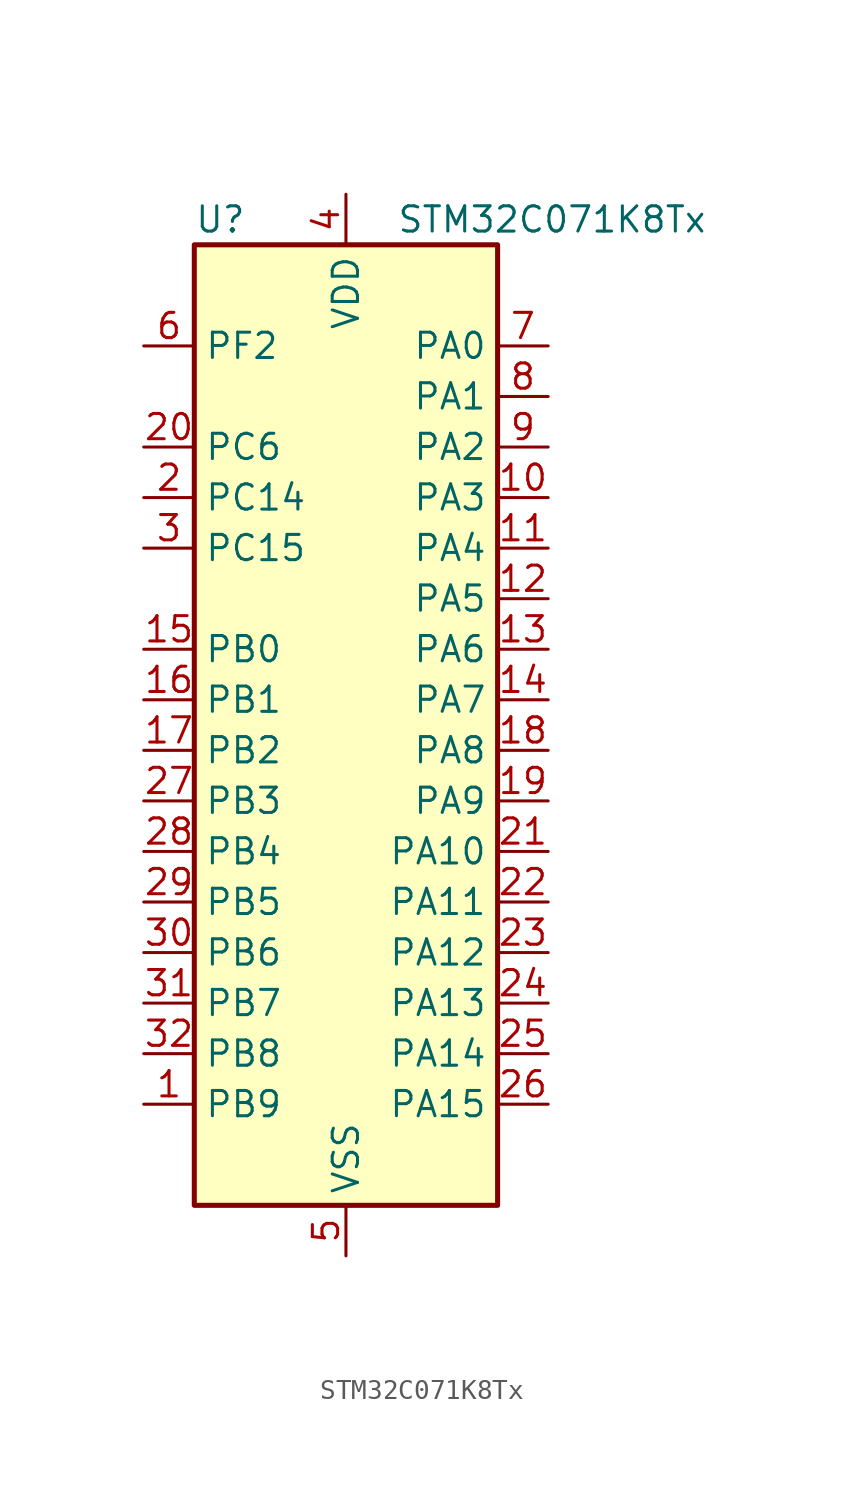
<source format=kicad_sym>
(kicad_symbol_lib
  (version 20241209)
  (generator "kicad_symbol_editor")
  (generator_version "9.0")
  (symbol "STM32C071K8Tx"
    (property "Reference" "U"
      (at -7.62 26.67 0)
      (effects (font (size 1.27 1.27)) (justify left)))
    (property "Value" "STM32C071K8Tx"
      (at 2.54 26.67 0)
      (effects (font (size 1.27 1.27)) (justify left)))
    (symbol "STM32C071K8Tx_0_1"
      (rectangle (start -7.62 -22.86) (end 7.62 25.4) (stroke (width 0.254) (type default)) (fill (type background))))
    (symbol "STM32C071K8Tx_1_1"
      (pin bidirectional line (at -10.16 20.32 0) (length 2.54) (name "PF2" (effects (font (size 1.27 1.27)))) (number "6" (effects (font (size 1.27 1.27)))) (alternate "RCC_MCO" bidirectional line) (alternate "TIM1_CH4" bidirectional line))
      (pin bidirectional line (at -10.16 15.24 0) (length 2.54) (name "PC6" (effects (font (size 1.27 1.27)))) (number "20" (effects (font (size 1.27 1.27)))) (alternate "TIM2_CH3" bidirectional line) (alternate "TIM3_CH1" bidirectional line))
      (pin bidirectional line (at -10.16 12.7 0) (length 2.54) (name "PC14" (effects (font (size 1.27 1.27)))) (number "2" (effects (font (size 1.27 1.27)))) (alternate "I2C1_SDA" bidirectional line) (alternate "IR_OUT" bidirectional line) (alternate "RCC_OSCX_IN" bidirectional line) (alternate "SPI2_NSS" bidirectional line) (alternate "TIM17_CH1" bidirectional line) (alternate "TIM1_BKIN2" bidirectional line) (alternate "TIM1_ETR" bidirectional line) (alternate "TIM3_CH2" bidirectional line) (alternate "USART1_TX" bidirectional line) (alternate "USART2_CK" bidirectional line) (alternate "USART2_DE" bidirectional line) (alternate "USART2_RTS" bidirectional line))
      (pin bidirectional line (at -10.16 10.16 0) (length 2.54) (name "PC15" (effects (font (size 1.27 1.27)))) (number "3" (effects (font (size 1.27 1.27)))) (alternate "RCC_OSC32_EN" bidirectional line) (alternate "RCC_OSCX_OUT" bidirectional line) (alternate "RCC_OSC_EN" bidirectional line) (alternate "TIM1_ETR" bidirectional line) (alternate "TIM3_CH3" bidirectional line))
      (pin bidirectional line (at -10.16 5.08 0) (length 2.54) (name "PB0" (effects (font (size 1.27 1.27)))) (number "15" (effects (font (size 1.27 1.27)))) (alternate "ADC1_IN17" bidirectional line) (alternate "I2S1_WS" bidirectional line) (alternate "SPI1_NSS" bidirectional line) (alternate "TIM1_CH2N" bidirectional line) (alternate "TIM3_CH3" bidirectional line))
      (pin bidirectional line (at -10.16 2.54 0) (length 2.54) (name "PB1" (effects (font (size 1.27 1.27)))) (number "16" (effects (font (size 1.27 1.27)))) (alternate "ADC1_IN18" bidirectional line) (alternate "TIM14_CH1" bidirectional line) (alternate "TIM1_CH2N" bidirectional line) (alternate "TIM1_CH3N" bidirectional line) (alternate "TIM3_CH4" bidirectional line))
      (pin bidirectional line (at -10.16 0 0) (length 2.54) (name "PB2" (effects (font (size 1.27 1.27)))) (number "17" (effects (font (size 1.27 1.27)))) (alternate "ADC1_IN19" bidirectional line) (alternate "RCC_MCO2" bidirectional line) (alternate "SPI2_MISO" bidirectional line) (alternate "USART1_RX" bidirectional line))
      (pin bidirectional line (at -10.16 -2.54 0) (length 2.54) (name "PB3" (effects (font (size 1.27 1.27)))) (number "27" (effects (font (size 1.27 1.27)))) (alternate "I2C2_SCL" bidirectional line) (alternate "I2S1_CK" bidirectional line) (alternate "SPI1_SCK" bidirectional line) (alternate "TIM1_CH2" bidirectional line) (alternate "TIM2_CH2" bidirectional line) (alternate "TIM3_CH2" bidirectional line) (alternate "USART1_CK" bidirectional line) (alternate "USART1_DE" bidirectional line) (alternate "USART1_RTS" bidirectional line))
      (pin bidirectional line (at -10.16 -5.08 0) (length 2.54) (name "PB4" (effects (font (size 1.27 1.27)))) (number "28" (effects (font (size 1.27 1.27)))) (alternate "I2C2_SDA" bidirectional line) (alternate "I2S1_MCK" bidirectional line) (alternate "SPI1_MISO" bidirectional line) (alternate "TIM17_BKIN" bidirectional line) (alternate "TIM3_CH1" bidirectional line) (alternate "USART1_CTS" bidirectional line) (alternate "USART1_NSS" bidirectional line))
      (pin bidirectional line (at -10.16 -7.62 0) (length 2.54) (name "PB5" (effects (font (size 1.27 1.27)))) (number "29" (effects (font (size 1.27 1.27)))) (alternate "I2C1_SMBA" bidirectional line) (alternate "I2S1_SD" bidirectional line) (alternate "PWR_WKUP6" bidirectional line) (alternate "SPI1_MOSI" bidirectional line) (alternate "TIM16_BKIN" bidirectional line) (alternate "TIM3_CH2" bidirectional line) (alternate "TIM3_CH3" bidirectional line))
      (pin bidirectional line (at -10.16 -10.16 0) (length 2.54) (name "PB6" (effects (font (size 1.27 1.27)))) (number "30" (effects (font (size 1.27 1.27)))) (alternate "I2C1_SCL" bidirectional line) (alternate "I2C1_SMBA" bidirectional line) (alternate "I2S1_CK" bidirectional line) (alternate "I2S1_MCK" bidirectional line) (alternate "I2S1_SD" bidirectional line) (alternate "PWR_WKUP3" bidirectional line) (alternate "SPI1_MISO" bidirectional line) (alternate "SPI1_MOSI" bidirectional line) (alternate "SPI1_SCK" bidirectional line) (alternate "SPI2_MISO" bidirectional line) (alternate "TIM16_BKIN" bidirectional line) (alternate "TIM16_CH1N" bidirectional line) (alternate "TIM17_BKIN" bidirectional line) (alternate "TIM1_CH2" bidirectional line) (alternate "TIM1_CH3" bidirectional line) (alternate "TIM3_CH1" bidirectional line) (alternate "TIM3_CH2" bidirectional line) (alternate "TIM3_CH3" bidirectional line) (alternate "USART1_CTS" bidirectional line) (alternate "USART1_NSS" bidirectional line) (alternate "USART1_TX" bidirectional line))
      (pin bidirectional line (at -10.16 -12.7 0) (length 2.54) (name "PB7" (effects (font (size 1.27 1.27)))) (number "31" (effects (font (size 1.27 1.27)))) (alternate "I2C1_SCL" bidirectional line) (alternate "I2C1_SDA" bidirectional line) (alternate "RTC_REFIN" bidirectional line) (alternate "SPI2_MOSI" bidirectional line) (alternate "TIM16_CH1" bidirectional line) (alternate "TIM17_CH1N" bidirectional line) (alternate "TIM1_CH4" bidirectional line) (alternate "TIM3_CH1" bidirectional line) (alternate "TIM3_CH4" bidirectional line) (alternate "USART1_RX" bidirectional line) (alternate "USART2_CTS" bidirectional line) (alternate "USART2_NSS" bidirectional line))
      (pin bidirectional line (at -10.16 -15.24 0) (length 2.54) (name "PB8" (effects (font (size 1.27 1.27)))) (number "32" (effects (font (size 1.27 1.27)))) (alternate "I2C1_SCL" bidirectional line) (alternate "SPI2_SCK" bidirectional line) (alternate "TIM16_CH1" bidirectional line) (alternate "TIM3_CH1" bidirectional line) (alternate "USART2_CTS" bidirectional line) (alternate "USART2_NSS" bidirectional line))
      (pin bidirectional line (at -10.16 -17.78 0) (length 2.54) (name "PB9" (effects (font (size 1.27 1.27)))) (number "1" (effects (font (size 1.27 1.27)))) (alternate "I2C1_SDA" bidirectional line) (alternate "IR_OUT" bidirectional line) (alternate "SPI2_NSS" bidirectional line) (alternate "TIM17_CH1" bidirectional line) (alternate "TIM3_CH2" bidirectional line) (alternate "USART2_CK" bidirectional line) (alternate "USART2_DE" bidirectional line) (alternate "USART2_RTS" bidirectional line))
      (pin power_in line (at 0 27.94 270) (length 2.54) (name "VDD" (effects (font (size 1.27 1.27)))) (number "4" (effects (font (size 1.27 1.27)))))
      (pin power_in line (at 0 -25.4 90) (length 2.54) (name "VSS" (effects (font (size 1.27 1.27)))) (number "5" (effects (font (size 1.27 1.27)))))
      (pin bidirectional line (at 10.16 20.32 180) (length 2.54) (name "PA0" (effects (font (size 1.27 1.27)))) (number "7" (effects (font (size 1.27 1.27)))) (alternate "ADC1_IN0" bidirectional line) (alternate "PWR_WKUP1" bidirectional line) (alternate "SPI2_SCK" bidirectional line) (alternate "TIM16_CH1" bidirectional line) (alternate "TIM1_CH1" bidirectional line) (alternate "TIM2_CH1" bidirectional line) (alternate "TIM2_ETR" bidirectional line) (alternate "USART1_TX" bidirectional line) (alternate "USART2_CTS" bidirectional line) (alternate "USART2_NSS" bidirectional line))
      (pin bidirectional line (at 10.16 17.78 180) (length 2.54) (name "PA1" (effects (font (size 1.27 1.27)))) (number "8" (effects (font (size 1.27 1.27)))) (alternate "ADC1_IN1" bidirectional line) (alternate "I2C1_SMBA" bidirectional line) (alternate "I2S1_CK" bidirectional line) (alternate "SPI1_SCK" bidirectional line) (alternate "TIM17_CH1" bidirectional line) (alternate "TIM1_CH2" bidirectional line) (alternate "TIM2_CH2" bidirectional line) (alternate "USART1_RX" bidirectional line) (alternate "USART2_CK" bidirectional line) (alternate "USART2_DE" bidirectional line) (alternate "USART2_RTS" bidirectional line))
      (pin bidirectional line (at 10.16 15.24 180) (length 2.54) (name "PA2" (effects (font (size 1.27 1.27)))) (number "9" (effects (font (size 1.27 1.27)))) (alternate "ADC1_IN2" bidirectional line) (alternate "I2S1_SD" bidirectional line) (alternate "PWR_WKUP4" bidirectional line) (alternate "RCC_LSCO" bidirectional line) (alternate "SPI1_MOSI" bidirectional line) (alternate "TIM16_CH1N" bidirectional line) (alternate "TIM1_CH3" bidirectional line) (alternate "TIM2_CH3" bidirectional line) (alternate "TIM3_ETR" bidirectional line) (alternate "USART2_TX" bidirectional line))
      (pin bidirectional line (at 10.16 12.7 180) (length 2.54) (name "PA3" (effects (font (size 1.27 1.27)))) (number "10" (effects (font (size 1.27 1.27)))) (alternate "ADC1_IN3" bidirectional line) (alternate "SPI2_MISO" bidirectional line) (alternate "TIM1_CH1N" bidirectional line) (alternate "TIM1_CH4" bidirectional line) (alternate "TIM2_CH4" bidirectional line) (alternate "USART2_RX" bidirectional line))
      (pin bidirectional line (at 10.16 10.16 180) (length 2.54) (name "PA4" (effects (font (size 1.27 1.27)))) (number "11" (effects (font (size 1.27 1.27)))) (alternate "ADC1_IN4" bidirectional line) (alternate "I2S1_WS" bidirectional line) (alternate "PWR_WKUP2" bidirectional line) (alternate "RTC_OUT1" bidirectional line) (alternate "RTC_TS" bidirectional line) (alternate "SPI1_NSS" bidirectional line) (alternate "SPI2_MOSI" bidirectional line) (alternate "TIM14_CH1" bidirectional line) (alternate "TIM17_CH1N" bidirectional line) (alternate "TIM1_CH2N" bidirectional line) (alternate "USART2_TX" bidirectional line) (alternate "USB_NOE" bidirectional line))
      (pin bidirectional line (at 10.16 7.62 180) (length 2.54) (name "PA5" (effects (font (size 1.27 1.27)))) (number "12" (effects (font (size 1.27 1.27)))) (alternate "ADC1_IN5" bidirectional line) (alternate "I2S1_CK" bidirectional line) (alternate "SPI1_SCK" bidirectional line) (alternate "TIM1_CH1" bidirectional line) (alternate "TIM1_CH3N" bidirectional line) (alternate "TIM2_CH1" bidirectional line) (alternate "TIM2_ETR" bidirectional line) (alternate "USART2_RX" bidirectional line))
      (pin bidirectional line (at 10.16 5.08 180) (length 2.54) (name "PA6" (effects (font (size 1.27 1.27)))) (number "13" (effects (font (size 1.27 1.27)))) (alternate "ADC1_IN6" bidirectional line) (alternate "I2C2_SDA" bidirectional line) (alternate "I2S1_MCK" bidirectional line) (alternate "SPI1_MISO" bidirectional line) (alternate "TIM16_CH1" bidirectional line) (alternate "TIM1_BKIN" bidirectional line) (alternate "TIM3_CH1" bidirectional line))
      (pin bidirectional line (at 10.16 2.54 180) (length 2.54) (name "PA7" (effects (font (size 1.27 1.27)))) (number "14" (effects (font (size 1.27 1.27)))) (alternate "ADC1_IN7" bidirectional line) (alternate "I2C2_SCL" bidirectional line) (alternate "I2S1_SD" bidirectional line) (alternate "SPI1_MOSI" bidirectional line) (alternate "TIM14_CH1" bidirectional line) (alternate "TIM17_CH1" bidirectional line) (alternate "TIM1_CH1N" bidirectional line) (alternate "TIM3_CH2" bidirectional line))
      (pin bidirectional line (at 10.16 0 180) (length 2.54) (name "PA8" (effects (font (size 1.27 1.27)))) (number "18" (effects (font (size 1.27 1.27)))) (alternate "ADC1_IN8" bidirectional line) (alternate "CRS_SYNC" bidirectional line) (alternate "I2S1_WS" bidirectional line) (alternate "RCC_MCO" bidirectional line) (alternate "RCC_MCO2" bidirectional line) (alternate "SPI1_NSS" bidirectional line) (alternate "SPI2_MISO" bidirectional line) (alternate "SPI2_NSS" bidirectional line) (alternate "TIM14_CH1" bidirectional line) (alternate "TIM1_CH1" bidirectional line) (alternate "TIM1_CH2N" bidirectional line) (alternate "TIM1_CH3N" bidirectional line) (alternate "TIM3_CH3" bidirectional line) (alternate "TIM3_CH4" bidirectional line) (alternate "USART1_RX" bidirectional line) (alternate "USART2_TX" bidirectional line))
      (pin bidirectional line (at 10.16 -2.54 180) (length 2.54) (name "PA9" (effects (font (size 1.27 1.27)))) (number "19" (effects (font (size 1.27 1.27)))) (alternate "I2C1_SCL" bidirectional line) (alternate "I2C2_SCL" bidirectional line) (alternate "RCC_MCO" bidirectional line) (alternate "SPI2_MISO" bidirectional line) (alternate "TIM1_CH2" bidirectional line) (alternate "TIM3_ETR" bidirectional line) (alternate "USART1_TX" bidirectional line))
      (pin bidirectional line (at 10.16 -5.08 180) (length 2.54) (name "PA10" (effects (font (size 1.27 1.27)))) (number "21" (effects (font (size 1.27 1.27)))) (alternate "I2C1_SDA" bidirectional line) (alternate "I2C2_SDA" bidirectional line) (alternate "RCC_MCO2" bidirectional line) (alternate "SPI2_MOSI" bidirectional line) (alternate "TIM17_BKIN" bidirectional line) (alternate "TIM1_CH3" bidirectional line) (alternate "USART1_RX" bidirectional line))
      (pin bidirectional line (at 10.16 -7.62 180) (length 2.54) (name "PA11" (effects (font (size 1.27 1.27)))) (number "22" (effects (font (size 1.27 1.27)))) (alternate "ADC1_EXTI11" bidirectional line) (alternate "I2C2_SCL" bidirectional line) (alternate "I2S1_MCK" bidirectional line) (alternate "SPI1_MISO" bidirectional line) (alternate "TIM1_BKIN2" bidirectional line) (alternate "TIM1_CH4" bidirectional line) (alternate "USART1_CTS" bidirectional line) (alternate "USART1_NSS" bidirectional line) (alternate "USB_DM" bidirectional line))
      (pin bidirectional line (at 10.16 -10.16 180) (length 2.54) (name "PA12" (effects (font (size 1.27 1.27)))) (number "23" (effects (font (size 1.27 1.27)))) (alternate "I2C2_SDA" bidirectional line) (alternate "I2S1_SD" bidirectional line) (alternate "I2S_CKIN" bidirectional line) (alternate "SPI1_MOSI" bidirectional line) (alternate "TIM1_ETR" bidirectional line) (alternate "USART1_CK" bidirectional line) (alternate "USART1_DE" bidirectional line) (alternate "USART1_RTS" bidirectional line) (alternate "USB_DP" bidirectional line))
      (pin bidirectional line (at 10.16 -12.7 180) (length 2.54) (name "PA13" (effects (font (size 1.27 1.27)))) (number "24" (effects (font (size 1.27 1.27)))) (alternate "ADC1_IN13" bidirectional line) (alternate "DEBUG_SWDIO" bidirectional line) (alternate "IR_OUT" bidirectional line) (alternate "TIM3_ETR" bidirectional line) (alternate "USART2_RX" bidirectional line) (alternate "USB_NOE" bidirectional line))
      (pin bidirectional line (at 10.16 -15.24 180) (length 2.54) (name "PA14" (effects (font (size 1.27 1.27)))) (number "25" (effects (font (size 1.27 1.27)))) (alternate "ADC1_IN14" bidirectional line) (alternate "DEBUG_SWCLK" bidirectional line) (alternate "I2S1_WS" bidirectional line) (alternate "RCC_MCO2" bidirectional line) (alternate "SPI1_NSS" bidirectional line) (alternate "TIM1_CH1" bidirectional line) (alternate "USART1_CK" bidirectional line) (alternate "USART1_DE" bidirectional line) (alternate "USART1_RTS" bidirectional line) (alternate "USART2_RX" bidirectional line) (alternate "USART2_TX" bidirectional line))
      (pin bidirectional line (at 10.16 -17.78 180) (length 2.54) (name "PA15" (effects (font (size 1.27 1.27)))) (number "26" (effects (font (size 1.27 1.27)))) (alternate "I2S1_WS" bidirectional line) (alternate "RCC_MCO2" bidirectional line) (alternate "SPI1_NSS" bidirectional line) (alternate "TIM1_CH1" bidirectional line) (alternate "TIM2_CH1" bidirectional line) (alternate "TIM2_ETR" bidirectional line) (alternate "USART1_CK" bidirectional line) (alternate "USART1_DE" bidirectional line) (alternate "USART1_RTS" bidirectional line) (alternate "USART2_RX" bidirectional line) (alternate "USB_NOE" bidirectional line)))))
</source>
